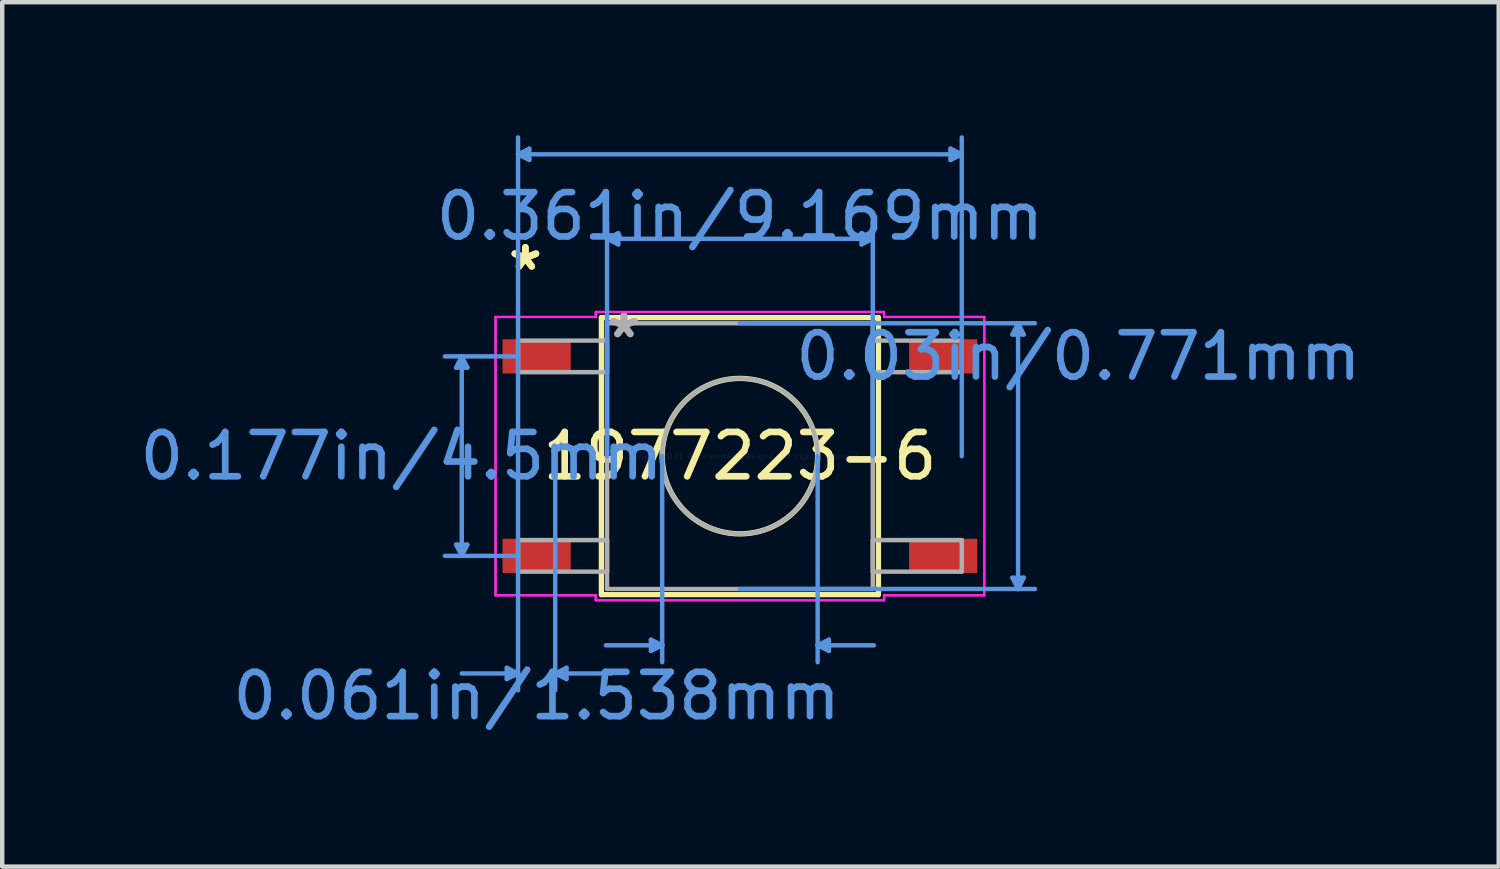
<source format=kicad_pcb>
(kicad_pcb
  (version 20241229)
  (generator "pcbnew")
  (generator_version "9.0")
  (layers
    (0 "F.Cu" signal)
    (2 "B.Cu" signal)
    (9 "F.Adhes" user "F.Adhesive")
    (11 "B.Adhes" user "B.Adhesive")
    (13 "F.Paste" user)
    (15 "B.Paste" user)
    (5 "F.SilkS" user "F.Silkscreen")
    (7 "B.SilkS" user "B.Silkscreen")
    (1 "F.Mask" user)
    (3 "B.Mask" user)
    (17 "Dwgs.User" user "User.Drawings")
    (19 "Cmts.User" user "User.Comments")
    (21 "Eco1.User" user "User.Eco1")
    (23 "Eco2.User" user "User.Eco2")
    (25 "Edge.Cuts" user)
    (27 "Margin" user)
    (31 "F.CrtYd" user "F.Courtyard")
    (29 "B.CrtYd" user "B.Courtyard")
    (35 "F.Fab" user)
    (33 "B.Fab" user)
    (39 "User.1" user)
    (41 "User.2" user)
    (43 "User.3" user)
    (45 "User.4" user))
  (footprint "1977223-6"
    (layer "F.Cu")
    (at 13.639 7.238)
    (property "Reference" "1977223-6" (at 0 0 0) (layer "F.SilkS") (effects (font (size 1 1) (thickness 0.15))))
    (attr through_hole)
    (fp_line (start -3.124 -3.124) (end -3.124 3.124) (stroke (width 0.12) (type solid)) (layer "F.SilkS"))
    (fp_line (start -3.124 3.124) (end 3.124 3.124) (stroke (width 0.12) (type solid)) (layer "F.SilkS"))
    (fp_line (start 3.124 -3.124) (end -3.124 -3.124) (stroke (width 0.12) (type solid)) (layer "F.SilkS"))
    (fp_line (start 3.124 3.124) (end 3.124 -3.124) (stroke (width 0.12) (type solid)) (layer "F.SilkS"))
    (fp_circle (center 0 0) (end 1.753 0) (stroke (width 0.12) (type solid)) (fill no) (layer "F.SilkS"))
    (fp_line (start -6.401 -1.996) (end -6.147 -1.996) (stroke (width 0.1) (type solid)) (layer "Cmts.User"))
    (fp_line (start -6.401 1.996) (end -6.147 1.996) (stroke (width 0.1) (type solid)) (layer "Cmts.User"))
    (fp_line (start -6.274 -2.25) (end -6.401 -1.996) (stroke (width 0.1) (type solid)) (layer "Cmts.User"))
    (fp_line (start -6.274 -2.25) (end -6.274 2.25) (stroke (width 0.1) (type solid)) (layer "Cmts.User"))
    (fp_line (start -6.274 -2.25) (end -6.147 -1.996) (stroke (width 0.1) (type solid)) (layer "Cmts.User"))
    (fp_line (start -6.274 2.25) (end -6.401 1.996) (stroke (width 0.1) (type solid)) (layer "Cmts.User"))
    (fp_line (start -6.274 2.25) (end -6.147 1.996) (stroke (width 0.1) (type solid)) (layer "Cmts.User"))
    (fp_line (start -5.258 4.775) (end -5.258 5.029) (stroke (width 0.1) (type solid)) (layer "Cmts.User"))
    (fp_line (start -5.004 -6.807) (end -4.75 -6.934) (stroke (width 0.1) (type solid)) (layer "Cmts.User"))
    (fp_line (start -5.004 -6.807) (end -4.75 -6.68) (stroke (width 0.1) (type solid)) (layer "Cmts.User"))
    (fp_line (start -5.004 -6.807) (end 5.004 -6.807) (stroke (width 0.1) (type solid)) (layer "Cmts.User"))
    (fp_line (start -5.004 -2.25) (end -6.655 -2.25) (stroke (width 0.1) (type solid)) (layer "Cmts.User"))
    (fp_line (start -5.004 0) (end -5.004 -7.188) (stroke (width 0.1) (type solid)) (layer "Cmts.User"))
    (fp_line (start -5.004 0) (end -5.004 5.283) (stroke (width 0.1) (type solid)) (layer "Cmts.User"))
    (fp_line (start -5.004 2.25) (end -6.655 2.25) (stroke (width 0.1) (type solid)) (layer "Cmts.User"))
    (fp_line (start -5.004 4.902) (end -6.274 4.902) (stroke (width 0.1) (type solid)) (layer "Cmts.User"))
    (fp_line (start -5.004 4.902) (end -5.258 4.775) (stroke (width 0.1) (type solid)) (layer "Cmts.User"))
    (fp_line (start -5.004 4.902) (end -5.258 5.029) (stroke (width 0.1) (type solid)) (layer "Cmts.User"))
    (fp_line (start -4.75 -6.934) (end -4.75 -6.68) (stroke (width 0.1) (type solid)) (layer "Cmts.User"))
    (fp_line (start -4.166 0) (end -4.166 5.283) (stroke (width 0.1) (type solid)) (layer "Cmts.User"))
    (fp_line (start -4.166 4.902) (end -3.912 4.775) (stroke (width 0.1) (type solid)) (layer "Cmts.User"))
    (fp_line (start -4.166 4.902) (end -3.912 5.029) (stroke (width 0.1) (type solid)) (layer "Cmts.User"))
    (fp_line (start -4.166 4.902) (end -2.896 4.902) (stroke (width 0.1) (type solid)) (layer "Cmts.User"))
    (fp_line (start -3.912 4.775) (end -3.912 5.029) (stroke (width 0.1) (type solid)) (layer "Cmts.User"))
    (fp_line (start -2.997 -4.902) (end -2.743 -5.029) (stroke (width 0.1) (type solid)) (layer "Cmts.User"))
    (fp_line (start -2.997 -4.902) (end -2.743 -4.775) (stroke (width 0.1) (type solid)) (layer "Cmts.User"))
    (fp_line (start -2.997 -4.902) (end 2.997 -4.902) (stroke (width 0.1) (type solid)) (layer "Cmts.User"))
    (fp_line (start -2.997 0) (end -2.997 -5.283) (stroke (width 0.1) (type solid)) (layer "Cmts.User"))
    (fp_line (start -2.743 -5.029) (end -2.743 -4.775) (stroke (width 0.1) (type solid)) (layer "Cmts.User"))
    (fp_line (start -2.007 4.14) (end -2.007 4.394) (stroke (width 0.1) (type solid)) (layer "Cmts.User"))
    (fp_line (start -1.753 0) (end -1.753 4.648) (stroke (width 0.1) (type solid)) (layer "Cmts.User"))
    (fp_line (start -1.753 4.267) (end -3.023 4.267) (stroke (width 0.1) (type solid)) (layer "Cmts.User"))
    (fp_line (start -1.753 4.267) (end -2.007 4.14) (stroke (width 0.1) (type solid)) (layer "Cmts.User"))
    (fp_line (start -1.753 4.267) (end -2.007 4.394) (stroke (width 0.1) (type solid)) (layer "Cmts.User"))
    (fp_line (start 0 -2.997) (end 6.655 -2.997) (stroke (width 0.1) (type solid)) (layer "Cmts.User"))
    (fp_line (start 0 2.997) (end 6.655 2.997) (stroke (width 0.1) (type solid)) (layer "Cmts.User"))
    (fp_line (start 1.753 0) (end 1.753 4.648) (stroke (width 0.1) (type solid)) (layer "Cmts.User"))
    (fp_line (start 1.753 4.267) (end 2.007 4.14) (stroke (width 0.1) (type solid)) (layer "Cmts.User"))
    (fp_line (start 1.753 4.267) (end 2.007 4.394) (stroke (width 0.1) (type solid)) (layer "Cmts.User"))
    (fp_line (start 1.753 4.267) (end 3.023 4.267) (stroke (width 0.1) (type solid)) (layer "Cmts.User"))
    (fp_line (start 2.007 4.14) (end 2.007 4.394) (stroke (width 0.1) (type solid)) (layer "Cmts.User"))
    (fp_line (start 2.743 -5.029) (end 2.743 -4.775) (stroke (width 0.1) (type solid)) (layer "Cmts.User"))
    (fp_line (start 2.997 -4.902) (end 2.743 -5.029) (stroke (width 0.1) (type solid)) (layer "Cmts.User"))
    (fp_line (start 2.997 -4.902) (end 2.743 -4.775) (stroke (width 0.1) (type solid)) (layer "Cmts.User"))
    (fp_line (start 2.997 0) (end 2.997 -5.283) (stroke (width 0.1) (type solid)) (layer "Cmts.User"))
    (fp_line (start 4.75 -6.934) (end 4.75 -6.68) (stroke (width 0.1) (type solid)) (layer "Cmts.User"))
    (fp_line (start 5.004 -6.807) (end 4.75 -6.934) (stroke (width 0.1) (type solid)) (layer "Cmts.User"))
    (fp_line (start 5.004 -6.807) (end 4.75 -6.68) (stroke (width 0.1) (type solid)) (layer "Cmts.User"))
    (fp_line (start 5.004 0) (end 5.004 -7.188) (stroke (width 0.1) (type solid)) (layer "Cmts.User"))
    (fp_line (start 6.147 -2.743) (end 6.401 -2.743) (stroke (width 0.1) (type solid)) (layer "Cmts.User"))
    (fp_line (start 6.147 2.743) (end 6.401 2.743) (stroke (width 0.1) (type solid)) (layer "Cmts.User"))
    (fp_line (start 6.274 -2.997) (end 6.147 -2.743) (stroke (width 0.1) (type solid)) (layer "Cmts.User"))
    (fp_line (start 6.274 -2.997) (end 6.274 2.997) (stroke (width 0.1) (type solid)) (layer "Cmts.User"))
    (fp_line (start 6.274 -2.997) (end 6.401 -2.743) (stroke (width 0.1) (type solid)) (layer "Cmts.User"))
    (fp_line (start 6.274 2.997) (end 6.147 2.743) (stroke (width 0.1) (type solid)) (layer "Cmts.User"))
    (fp_line (start 6.274 2.997) (end 6.401 2.743) (stroke (width 0.1) (type solid)) (layer "Cmts.User"))
    (fp_line (start -5.512 -3.139) (end -3.251 -3.139) (stroke (width 0.05) (type solid)) (layer "F.CrtYd"))
    (fp_line (start -5.512 -3.139) (end -3.251 -3.139) (stroke (width 0.05) (type solid)) (layer "F.CrtYd"))
    (fp_line (start -5.512 3.139) (end -5.512 -3.139) (stroke (width 0.05) (type solid)) (layer "F.CrtYd"))
    (fp_line (start -5.512 3.139) (end -5.512 -3.139) (stroke (width 0.05) (type solid)) (layer "F.CrtYd"))
    (fp_line (start -3.251 -3.251) (end 3.251 -3.251) (stroke (width 0.05) (type solid)) (layer "F.CrtYd"))
    (fp_line (start -3.251 -3.251) (end 3.251 -3.251) (stroke (width 0.05) (type solid)) (layer "F.CrtYd"))
    (fp_line (start -3.251 -3.139) (end -3.251 -3.251) (stroke (width 0.05) (type solid)) (layer "F.CrtYd"))
    (fp_line (start -3.251 -3.139) (end -3.251 -3.251) (stroke (width 0.05) (type solid)) (layer "F.CrtYd"))
    (fp_line (start -3.251 3.139) (end -5.512 3.139) (stroke (width 0.05) (type solid)) (layer "F.CrtYd"))
    (fp_line (start -3.251 3.139) (end -5.512 3.139) (stroke (width 0.05) (type solid)) (layer "F.CrtYd"))
    (fp_line (start -3.251 3.251) (end -3.251 3.139) (stroke (width 0.05) (type solid)) (layer "F.CrtYd"))
    (fp_line (start -3.251 3.251) (end -3.251 3.139) (stroke (width 0.05) (type solid)) (layer "F.CrtYd"))
    (fp_line (start 3.251 -3.251) (end 3.251 -3.139) (stroke (width 0.05) (type solid)) (layer "F.CrtYd"))
    (fp_line (start 3.251 -3.251) (end 3.251 -3.139) (stroke (width 0.05) (type solid)) (layer "F.CrtYd"))
    (fp_line (start 3.251 -3.139) (end 5.512 -3.139) (stroke (width 0.05) (type solid)) (layer "F.CrtYd"))
    (fp_line (start 3.251 -3.139) (end 5.512 -3.139) (stroke (width 0.05) (type solid)) (layer "F.CrtYd"))
    (fp_line (start 3.251 3.139) (end 3.251 3.251) (stroke (width 0.05) (type solid)) (layer "F.CrtYd"))
    (fp_line (start 3.251 3.139) (end 3.251 3.251) (stroke (width 0.05) (type solid)) (layer "F.CrtYd"))
    (fp_line (start 3.251 3.251) (end -3.251 3.251) (stroke (width 0.05) (type solid)) (layer "F.CrtYd"))
    (fp_line (start 3.251 3.251) (end -3.251 3.251) (stroke (width 0.05) (type solid)) (layer "F.CrtYd"))
    (fp_line (start 5.512 -3.139) (end 5.512 3.139) (stroke (width 0.05) (type solid)) (layer "F.CrtYd"))
    (fp_line (start 5.512 -3.139) (end 5.512 3.139) (stroke (width 0.05) (type solid)) (layer "F.CrtYd"))
    (fp_line (start 5.512 3.139) (end 3.251 3.139) (stroke (width 0.05) (type solid)) (layer "F.CrtYd"))
    (fp_line (start 5.512 3.139) (end 3.251 3.139) (stroke (width 0.05) (type solid)) (layer "F.CrtYd"))
    (fp_line (start -5.004 -2.606) (end -5.004 -1.894) (stroke (width 0.1) (type solid)) (layer "F.Fab"))
    (fp_line (start -5.004 -1.894) (end -2.997 -1.894) (stroke (width 0.1) (type solid)) (layer "F.Fab"))
    (fp_line (start -5.004 1.894) (end -5.004 2.606) (stroke (width 0.1) (type solid)) (layer "F.Fab"))
    (fp_line (start -5.004 2.606) (end -2.997 2.606) (stroke (width 0.1) (type solid)) (layer "F.Fab"))
    (fp_line (start -2.997 -2.997) (end -2.997 2.997) (stroke (width 0.1) (type solid)) (layer "F.Fab"))
    (fp_line (start -2.997 -2.606) (end -5.004 -2.606) (stroke (width 0.1) (type solid)) (layer "F.Fab"))
    (fp_line (start -2.997 -1.894) (end -2.997 -2.606) (stroke (width 0.1) (type solid)) (layer "F.Fab"))
    (fp_line (start -2.997 1.894) (end -5.004 1.894) (stroke (width 0.1) (type solid)) (layer "F.Fab"))
    (fp_line (start -2.997 2.606) (end -2.997 1.894) (stroke (width 0.1) (type solid)) (layer "F.Fab"))
    (fp_line (start -2.997 2.997) (end 2.997 2.997) (stroke (width 0.1) (type solid)) (layer "F.Fab"))
    (fp_line (start 2.997 -2.997) (end -2.997 -2.997) (stroke (width 0.1) (type solid)) (layer "F.Fab"))
    (fp_line (start 2.997 -2.606) (end 2.997 -1.894) (stroke (width 0.1) (type solid)) (layer "F.Fab"))
    (fp_line (start 2.997 -1.894) (end 5.004 -1.894) (stroke (width 0.1) (type solid)) (layer "F.Fab"))
    (fp_line (start 2.997 1.894) (end 2.997 2.606) (stroke (width 0.1) (type solid)) (layer "F.Fab"))
    (fp_line (start 2.997 2.606) (end 5.004 2.606) (stroke (width 0.1) (type solid)) (layer "F.Fab"))
    (fp_line (start 2.997 2.997) (end 2.997 -2.997) (stroke (width 0.1) (type solid)) (layer "F.Fab"))
    (fp_line (start 5.004 -2.606) (end 2.997 -2.606) (stroke (width 0.1) (type solid)) (layer "F.Fab"))
    (fp_line (start 5.004 -1.894) (end 5.004 -2.606) (stroke (width 0.1) (type solid)) (layer "F.Fab"))
    (fp_line (start 5.004 1.894) (end 2.997 1.894) (stroke (width 0.1) (type solid)) (layer "F.Fab"))
    (fp_line (start 5.004 2.606) (end 5.004 1.894) (stroke (width 0.1) (type solid)) (layer "F.Fab"))
    (fp_circle (center 0 0) (end 1.753 0) (stroke (width 0.1) (type solid)) (fill no) (layer "F.Fab"))
    (fp_text user "*" (at -4.839 -4.164 0) (layer "F.SilkS") (effects (font (size 1 1) (thickness 0.15))))
    (fp_text user "*" (at -4.839 -4.164 0) (layer "F.SilkS") (effects (font (size 1 1) (thickness 0.15))))
    (fp_text user "0.061in/1.538mm" (at -4.585 5.41 0) (layer "Cmts.User") (effects (font (size 1 1) (thickness 0.15))))
    (fp_text user "0.361in/9.169mm" (at 0 -5.41 0) (layer "Cmts.User") (effects (font (size 1 1) (thickness 0.15))))
    (fp_text user "0.177in/4.5mm" (at -7.633 0 0) (layer "Cmts.User") (effects (font (size 1 1) (thickness 0.15))))
    (fp_text user "Copyright 2021 Accelerated Designs. All rights reserved." (at 0 0 0) (layer "Cmts.User") (effects (font (size 0.127 0.127) (thickness 0.002))))
    (fp_text user "0.03in/0.771mm" (at 7.633 -2.25 0) (layer "Cmts.User") (effects (font (size 1 1) (thickness 0.15))))
    (fp_text user "*" (at -2.616 -2.64 0) (layer "F.Fab") (effects (font (size 1 1) (thickness 0.15))))
    (fp_text user "*" (at -2.616 -2.64 0) (layer "F.Fab") (effects (font (size 1 1) (thickness 0.15))))
    (pad "1" smd rect (at -4.585 -2.25) (size 1.538 0.771) (layers "F.Cu" "F.Mask" "F.Paste"))
    (pad "2" smd rect (at -4.585 2.25) (size 1.538 0.771) (layers "F.Cu" "F.Mask" "F.Paste"))
    (pad "3" smd rect (at 4.585 2.25) (size 1.538 0.771) (layers "F.Cu" "F.Mask" "F.Paste"))
    (pad "4" smd rect (at 4.585 -2.25) (size 1.538 0.771) (layers "F.Cu" "F.Mask" "F.Paste")))
  (gr_rect
    (start -3 -3)
    (end 30.753 16.497)
    (stroke (width 0.1) (type default))
    (fill no)
    (layer "Edge.Cuts")))
</source>
